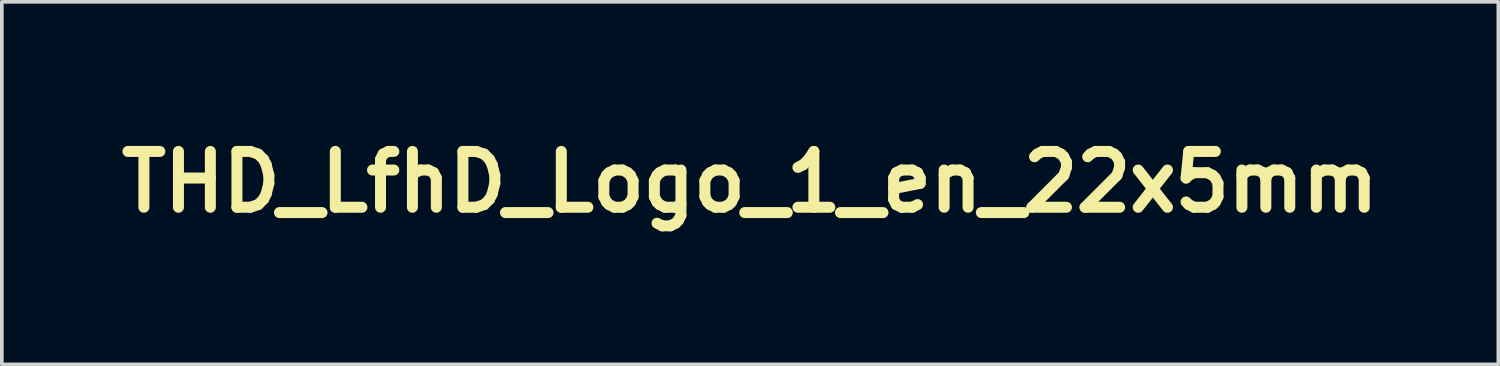
<source format=kicad_pcb>
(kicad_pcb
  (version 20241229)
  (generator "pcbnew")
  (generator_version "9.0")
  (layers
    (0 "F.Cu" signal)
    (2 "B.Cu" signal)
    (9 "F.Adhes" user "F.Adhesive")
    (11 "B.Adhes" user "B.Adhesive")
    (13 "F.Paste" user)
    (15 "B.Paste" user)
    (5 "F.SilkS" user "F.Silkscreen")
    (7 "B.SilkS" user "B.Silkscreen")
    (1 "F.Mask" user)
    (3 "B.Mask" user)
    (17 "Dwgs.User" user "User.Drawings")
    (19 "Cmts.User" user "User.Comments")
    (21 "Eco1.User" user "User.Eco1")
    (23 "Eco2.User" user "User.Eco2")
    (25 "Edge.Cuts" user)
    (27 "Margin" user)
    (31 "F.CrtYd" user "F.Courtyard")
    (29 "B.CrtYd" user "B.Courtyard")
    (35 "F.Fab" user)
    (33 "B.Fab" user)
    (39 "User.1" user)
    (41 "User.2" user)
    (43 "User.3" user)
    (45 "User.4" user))
  (footprint "THD_LfhD_Logo_1_en_22x5mm"
    (layer "F.Cu")
    (at 17.424 1.918)
    (property "Reference" "THD_LfhD_Logo_1_en_22x5mm" (at 0 0 0) (layer "F.SilkS") (effects (font (size 1.524 1.524) (thickness 0.3))))
    (attr through_hole)
    (fp_poly (pts (xy -0.445 1.778) (xy -0.635 1.778) (xy -0.635 0.953) (xy -0.445 0.953) (xy -0.445 1.778)) (stroke (width 0.01) (type solid)) (fill yes) (layer "F.Mask"))
    (fp_poly (pts (xy 3.27 1.937) (xy 2.159 1.937) (xy 2.159 -1.365) (xy 3.27 -1.365) (xy 3.27 1.937)) (stroke (width 0.01) (type solid)) (fill yes) (layer "F.Mask"))
    (fp_poly (pts (xy -2.992 0.958) (xy -2.905 0.968) (xy -2.896 1.373) (xy -2.887 1.778) (xy -3.08 1.778) (xy -3.08 0.948) (xy -2.992 0.958)) (stroke (width 0.01) (type solid)) (fill yes) (layer "F.Mask"))
    (fp_poly (pts (xy 8.628 0.024) (xy 8.636 1.937) (xy 7.556 1.937) (xy 7.564 0.024) (xy 7.572 -1.889) (xy 8.62 -1.889) (xy 8.628 0.024)) (stroke (width 0.01) (type solid)) (fill yes) (layer "F.Mask"))
    (fp_poly (pts (xy -3.588 1.587) (xy -3.175 1.587) (xy -3.175 1.778) (xy -3.78 1.778) (xy -3.771 1.373) (xy -3.762 0.968) (xy -3.675 0.958) (xy -3.588 0.948) (xy -3.588 1.587)) (stroke (width 0.01) (type solid)) (fill yes) (layer "F.Mask"))
    (fp_poly (pts (xy -2.127 0.191) (xy -1.714 0.191) (xy -1.714 0.381) (xy -2.32 0.381) (xy -2.311 -0.024) (xy -2.302 -0.429) (xy -2.215 -0.439) (xy -2.127 -0.449) (xy -2.127 0.191)) (stroke (width 0.01) (type solid)) (fill yes) (layer "F.Mask"))
    (fp_poly (pts (xy -6.572 1.778) (xy -6.65 1.778) (xy -6.714 1.769) (xy -6.74 1.754) (xy -6.744 1.715) (xy -6.748 1.625) (xy -6.75 1.499) (xy -6.75 1.349) (xy -6.747 0.968) (xy -6.66 0.958) (xy -6.572 0.948) (xy -6.572 1.778)) (stroke (width 0.01) (type solid)) (fill yes) (layer "F.Mask"))
    (fp_poly (pts (xy -5.366 1.778) (xy -5.446 1.778) (xy -5.512 1.764) (xy -5.541 1.738) (xy -5.546 1.692) (xy -5.549 1.597) (xy -5.549 1.467) (xy -5.548 1.333) (xy -5.54 0.968) (xy -5.453 0.958) (xy -5.366 0.948) (xy -5.366 1.778)) (stroke (width 0.01) (type solid)) (fill yes) (layer "F.Mask"))
    (fp_poly (pts (xy 7.263 0.024) (xy 7.255 1.953) (xy 7.12 1.962) (xy 6.985 1.972) (xy 6.985 0.192) (xy 6.453 0.183) (xy 5.921 0.175) (xy 5.912 0.024) (xy 5.902 -0.127) (xy 6.985 -0.127) (xy 6.985 -1.905) (xy 7.271 -1.905) (xy 7.263 0.024)) (stroke (width 0.01) (type solid)) (fill yes) (layer "F.Mask"))
    (fp_poly (pts (xy -4.556 1.048) (xy -4.565 1.101) (xy -4.603 1.127) (xy -4.675 1.137) (xy -4.794 1.147) (xy -4.794 1.778) (xy -4.985 1.778) (xy -4.985 1.147) (xy -5.104 1.137) (xy -5.183 1.125) (xy -5.216 1.096) (xy -5.223 1.048) (xy -5.223 0.968) (xy -4.556 0.968) (xy -4.556 1.048)) (stroke (width 0.01) (type solid)) (fill yes) (layer "F.Mask"))
    (fp_poly (pts (xy 5.644 0.261) (xy 5.636 1.889) (xy 5.103 1.898) (xy 4.896 1.9) (xy 4.745 1.899) (xy 4.643 1.893) (xy 4.582 1.884) (xy 4.557 1.869) (xy 4.555 1.866) (xy 4.552 1.827) (xy 4.55 1.731) (xy 4.548 1.584) (xy 4.547 1.392) (xy 4.546 1.161) (xy 4.546 0.898) (xy 4.546 0.609) (xy 4.548 0.299) (xy 4.548 0.238) (xy 4.556 -1.349) (xy 5.104 -1.358) (xy 5.652 -1.367) (xy 5.644 0.261)) (stroke (width 0.01) (type solid)) (fill yes) (layer "F.Mask"))
    (fp_poly (pts (xy 5.652 -1.587) (xy 3.811 -1.587) (xy 3.802 0.167) (xy 3.794 1.921) (xy 3.666 1.93) (xy 3.58 1.931) (xy 3.523 1.922) (xy 3.515 1.917) (xy 3.511 1.882) (xy 3.507 1.789) (xy 3.503 1.645) (xy 3.5 1.454) (xy 3.497 1.223) (xy 3.495 0.958) (xy 3.493 0.665) (xy 3.493 0.349) (xy 3.493 0.153) (xy 3.493 -1.587) (xy 1.651 -1.587) (xy 1.651 -1.905) (xy 5.652 -1.905) (xy 5.652 -1.587)) (stroke (width 0.01) (type solid)) (fill yes) (layer "F.Mask"))
    (fp_poly (pts (xy -0.222 -0.351) (xy -0.229 -0.289) (xy -0.261 -0.26) (xy -0.337 -0.248) (xy -0.341 -0.248) (xy -0.46 -0.238) (xy -0.465 0.064) (xy -0.467 0.203) (xy -0.472 0.292) (xy -0.484 0.342) (xy -0.504 0.365) (xy -0.538 0.373) (xy -0.552 0.375) (xy -0.635 0.385) (xy -0.635 -0.254) (xy -0.762 -0.254) (xy -0.843 -0.258) (xy -0.88 -0.278) (xy -0.889 -0.329) (xy -0.889 -0.349) (xy -0.889 -0.445) (xy -0.222 -0.445) (xy -0.222 -0.351)) (stroke (width 0.01) (type solid)) (fill yes) (layer "F.Mask"))
    (fp_poly (pts (xy -3.778 -1.685) (xy -3.785 -1.623) (xy -3.817 -1.594) (xy -3.893 -1.582) (xy -3.897 -1.581) (xy -4.016 -1.572) (xy -4.025 -1.262) (xy -4.03 -1.12) (xy -4.037 -1.03) (xy -4.048 -0.98) (xy -4.068 -0.958) (xy -4.099 -0.953) (xy -4.113 -0.953) (xy -4.148 -0.955) (xy -4.171 -0.968) (xy -4.184 -1.006) (xy -4.189 -1.078) (xy -4.191 -1.197) (xy -4.191 -1.27) (xy -4.191 -1.587) (xy -4.318 -1.587) (xy -4.399 -1.591) (xy -4.436 -1.612) (xy -4.445 -1.662) (xy -4.445 -1.683) (xy -4.445 -1.778) (xy -3.778 -1.778) (xy -3.778 -1.685)) (stroke (width 0.01) (type solid)) (fill yes) (layer "F.Mask"))
    (fp_poly (pts (xy -0.667 1.046) (xy -0.673 1.108) (xy -0.706 1.137) (xy -0.782 1.149) (xy -0.786 1.149) (xy -0.905 1.159) (xy -0.914 1.468) (xy -0.919 1.61) (xy -0.925 1.701) (xy -0.937 1.751) (xy -0.956 1.773) (xy -0.988 1.778) (xy -1.001 1.778) (xy -1.037 1.776) (xy -1.059 1.762) (xy -1.072 1.725) (xy -1.078 1.652) (xy -1.079 1.533) (xy -1.079 1.46) (xy -1.079 1.143) (xy -1.206 1.143) (xy -1.288 1.139) (xy -1.324 1.119) (xy -1.333 1.068) (xy -1.333 1.048) (xy -1.333 0.953) (xy -0.667 0.953) (xy -0.667 1.046)) (stroke (width 0.01) (type solid)) (fill yes) (layer "F.Mask"))
    (fp_poly (pts (xy -10.802 -0.441) (xy -10.774 -0.42) (xy -10.764 -0.364) (xy -10.763 -0.286) (xy -10.763 -0.127) (xy -10.446 -0.127) (xy -10.446 -0.286) (xy -10.443 -0.38) (xy -10.43 -0.427) (xy -10.398 -0.443) (xy -10.366 -0.445) (xy -10.287 -0.445) (xy -10.287 0.381) (xy -10.366 0.381) (xy -10.413 0.376) (xy -10.437 0.35) (xy -10.445 0.286) (xy -10.446 0.222) (xy -10.446 0.064) (xy -10.763 0.064) (xy -10.763 0.222) (xy -10.765 0.316) (xy -10.778 0.363) (xy -10.811 0.379) (xy -10.858 0.381) (xy -10.954 0.381) (xy -10.954 -0.445) (xy -10.858 -0.445) (xy -10.802 -0.441)) (stroke (width 0.01) (type solid)) (fill yes) (layer "F.Mask"))
    (fp_poly (pts (xy 0.445 -0.254) (xy 0.222 -0.254) (xy 0.105 -0.252) (xy 0.039 -0.245) (xy 0.008 -0.227) (xy 0.000061 -0.196) (xy 0 -0.191) (xy 0.006 -0.156) (xy 0.035 -0.137) (xy 0.1 -0.129) (xy 0.206 -0.127) (xy 0.413 -0.127) (xy 0.413 0.064) (xy 0.206 0.064) (xy 0.095 0.065) (xy 0.032 0.074) (xy 0.006 0.094) (xy 0 0.127) (xy 0.006 0.159) (xy 0.031 0.179) (xy 0.09 0.188) (xy 0.195 0.19) (xy 0.238 0.191) (xy 0.476 0.191) (xy 0.476 0.381) (xy -0.191 0.381) (xy -0.191 -0.445) (xy 0.445 -0.445) (xy 0.445 -0.254)) (stroke (width 0.01) (type solid)) (fill yes) (layer "F.Mask"))
    (fp_poly (pts (xy -8.231 -0.443) (xy -8.096 -0.438) (xy -7.992 -0.424) (xy -7.936 -0.404) (xy -7.837 -0.292) (xy -7.787 -0.147) (xy -7.779 -0.042) (xy -7.793 0.125) (xy -7.839 0.244) (xy -7.924 0.323) (xy -8.055 0.367) (xy -8.238 0.381) (xy -8.253 0.381) (xy -8.477 0.381) (xy -8.477 -0.254) (xy -8.287 -0.254) (xy -8.287 0.191) (xy -8.17 0.191) (xy -8.076 0.176) (xy -8.001 0.142) (xy -7.996 0.138) (xy -7.951 0.061) (xy -7.939 -0.043) (xy -7.959 -0.145) (xy -7.99 -0.196) (xy -8.072 -0.242) (xy -8.165 -0.254) (xy -8.287 -0.254) (xy -8.477 -0.254) (xy -8.477 -0.445) (xy -8.231 -0.443)) (stroke (width 0.01) (type solid)) (fill yes) (layer "F.Mask"))
    (fp_poly (pts (xy -4.35 -0.257) (xy -4.58 -0.247) (xy -4.704 -0.239) (xy -4.776 -0.226) (xy -4.807 -0.205) (xy -4.81 -0.191) (xy -4.795 -0.163) (xy -4.742 -0.146) (xy -4.64 -0.136) (xy -4.596 -0.133) (xy -4.482 -0.127) (xy -4.418 -0.117) (xy -4.389 -0.097) (xy -4.382 -0.058) (xy -4.381 -0.032) (xy -4.384 0.017) (xy -4.401 0.046) (xy -4.446 0.06) (xy -4.534 0.067) (xy -4.596 0.07) (xy -4.716 0.079) (xy -4.783 0.093) (xy -4.809 0.117) (xy -4.81 0.127) (xy -4.796 0.153) (xy -4.745 0.17) (xy -4.648 0.181) (xy -4.58 0.184) (xy -4.35 0.193) (xy -4.35 0.381) (xy -4.985 0.381) (xy -4.985 -0.445) (xy -4.35 -0.445) (xy -4.35 -0.257)) (stroke (width 0.01) (type solid)) (fill yes) (layer "F.Mask"))
    (fp_poly (pts (xy -2.445 -0.257) (xy -2.675 -0.247) (xy -2.799 -0.239) (xy -2.871 -0.226) (xy -2.902 -0.205) (xy -2.905 -0.191) (xy -2.888 -0.162) (xy -2.829 -0.142) (xy -2.718 -0.129) (xy -2.699 -0.127) (xy -2.587 -0.117) (xy -2.525 -0.103) (xy -2.495 -0.078) (xy -2.484 -0.036) (xy -2.482 -0.025) (xy -2.48 0.02) (xy -2.494 0.046) (xy -2.539 0.06) (xy -2.627 0.067) (xy -2.689 0.07) (xy -2.809 0.079) (xy -2.877 0.093) (xy -2.904 0.117) (xy -2.905 0.127) (xy -2.891 0.153) (xy -2.84 0.17) (xy -2.743 0.181) (xy -2.675 0.184) (xy -2.445 0.193) (xy -2.445 0.381) (xy -3.08 0.381) (xy -3.08 -0.445) (xy -2.445 -0.445) (xy -2.445 -0.257)) (stroke (width 0.01) (type solid)) (fill yes) (layer "F.Mask"))
    (fp_poly (pts (xy -0.419 -1.691) (xy -0.428 -1.643) (xy -0.452 -1.616) (xy -0.507 -1.602) (xy -0.608 -1.595) (xy -0.627 -1.594) (xy -0.737 -1.586) (xy -0.797 -1.573) (xy -0.822 -1.549) (xy -0.826 -1.522) (xy -0.817 -1.487) (xy -0.783 -1.468) (xy -0.708 -1.461) (xy -0.651 -1.46) (xy -0.551 -1.459) (xy -0.499 -1.448) (xy -0.479 -1.421) (xy -0.476 -1.367) (xy -0.476 -1.365) (xy -0.479 -1.311) (xy -0.498 -1.282) (xy -0.55 -1.272) (xy -0.648 -1.27) (xy -0.651 -1.27) (xy -0.826 -1.27) (xy -0.826 -1.111) (xy -0.828 -1.017) (xy -0.84 -0.97) (xy -0.874 -0.954) (xy -0.921 -0.953) (xy -1.016 -0.953) (xy -1.016 -1.778) (xy -0.409 -1.778) (xy -0.419 -1.691)) (stroke (width 0.01) (type solid)) (fill yes) (layer "F.Mask"))
    (fp_poly (pts (xy 0.952 -0.442) (xy 1.038 -0.432) (xy 1.097 -0.411) (xy 1.146 -0.374) (xy 1.152 -0.369) (xy 1.238 -0.249) (xy 1.28 -0.102) (xy 1.278 0.053) (xy 1.232 0.198) (xy 1.152 0.305) (xy 1.102 0.344) (xy 1.045 0.367) (xy 0.963 0.378) (xy 0.838 0.381) (xy 0.821 0.381) (xy 0.572 0.381) (xy 0.572 -0.254) (xy 0.762 -0.254) (xy 0.762 0.191) (xy 0.887 0.191) (xy 0.985 0.178) (xy 1.056 0.145) (xy 1.061 0.141) (xy 1.095 0.075) (xy 1.111 -0.02) (xy 1.111 -0.032) (xy 1.092 -0.151) (xy 1.031 -0.223) (xy 0.924 -0.253) (xy 0.887 -0.254) (xy 0.762 -0.254) (xy 0.572 -0.254) (xy 0.572 -0.445) (xy 0.821 -0.445) (xy 0.952 -0.442)) (stroke (width 0.01) (type solid)) (fill yes) (layer "F.Mask"))
    (fp_poly (pts (xy -7.115 0.965) (xy -7.053 0.986) (xy -7.007 1.016) (xy -6.924 1.119) (xy -6.878 1.255) (xy -6.87 1.405) (xy -6.901 1.55) (xy -6.971 1.672) (xy -6.986 1.689) (xy -7.036 1.734) (xy -7.087 1.761) (xy -7.157 1.774) (xy -7.264 1.778) (xy -7.327 1.778) (xy -7.579 1.778) (xy -7.575 1.373) (xy -7.574 1.143) (xy -7.398 1.143) (xy -7.398 1.587) (xy -7.261 1.587) (xy -7.168 1.579) (xy -7.099 1.558) (xy -7.087 1.549) (xy -7.064 1.496) (xy -7.05 1.407) (xy -7.048 1.365) (xy -7.059 1.247) (xy -7.098 1.179) (xy -7.176 1.148) (xy -7.261 1.143) (xy -7.398 1.143) (xy -7.574 1.143) (xy -7.572 0.968) (xy -7.332 0.959) (xy -7.201 0.957) (xy -7.115 0.965)) (stroke (width 0.01) (type solid)) (fill yes) (layer "F.Mask"))
    (fp_poly (pts (xy 0.217 0.976) (xy 0.314 1.034) (xy 0.41 1.154) (xy 0.457 1.303) (xy 0.451 1.465) (xy 0.445 1.49) (xy 0.378 1.632) (xy 0.269 1.728) (xy 0.122 1.774) (xy 0.062 1.778) (xy -0.052 1.769) (xy -0.135 1.735) (xy -0.193 1.69) (xy -0.281 1.571) (xy -0.324 1.428) (xy -0.321 1.334) (xy -0.159 1.334) (xy -0.147 1.445) (xy -0.109 1.517) (xy -0.036 1.572) (xy 0.064 1.588) (xy 0.165 1.564) (xy 0.222 1.524) (xy 0.281 1.428) (xy 0.287 1.326) (xy 0.247 1.234) (xy 0.169 1.167) (xy 0.064 1.143) (xy -0.048 1.169) (xy -0.124 1.238) (xy -0.159 1.334) (xy -0.321 1.334) (xy -0.319 1.276) (xy -0.269 1.136) (xy -0.192 1.04) (xy -0.068 0.969) (xy 0.075 0.947) (xy 0.217 0.976)) (stroke (width 0.01) (type solid)) (fill yes) (layer "F.Mask"))
    (fp_poly (pts (xy 1.238 1.778) (xy 1.151 1.778) (xy 1.104 1.77) (xy 1.062 1.742) (xy 1.013 1.682) (xy 0.949 1.579) (xy 0.921 1.532) (xy 0.778 1.286) (xy 0.769 1.532) (xy 0.763 1.656) (xy 0.754 1.729) (xy 0.738 1.765) (xy 0.709 1.777) (xy 0.681 1.778) (xy 0.621 1.77) (xy 0.601 1.754) (xy 0.601 1.715) (xy 0.6 1.625) (xy 0.6 1.499) (xy 0.6 1.349) (xy 0.6 0.968) (xy 0.685 0.968) (xy 0.736 0.977) (xy 0.783 1.012) (xy 0.838 1.083) (xy 0.896 1.175) (xy 0.975 1.304) (xy 1.027 1.379) (xy 1.058 1.4) (xy 1.074 1.369) (xy 1.079 1.286) (xy 1.079 1.197) (xy 1.08 1.074) (xy 1.086 1.001) (xy 1.101 0.965) (xy 1.129 0.954) (xy 1.159 0.953) (xy 1.238 0.953) (xy 1.238 1.778)) (stroke (width 0.01) (type solid)) (fill yes) (layer "F.Mask"))
    (fp_poly (pts (xy -6.365 -1.752) (xy -6.242 -1.677) (xy -6.162 -1.558) (xy -6.129 -1.397) (xy -6.128 -1.365) (xy -6.153 -1.198) (xy -6.225 -1.071) (xy -6.341 -0.988) (xy -6.496 -0.953) (xy -6.527 -0.953) (xy -6.631 -0.961) (xy -6.707 -0.995) (xy -6.779 -1.058) (xy -6.879 -1.196) (xy -6.918 -1.344) (xy -6.917 -1.354) (xy -6.73 -1.354) (xy -6.709 -1.252) (xy -6.678 -1.201) (xy -6.596 -1.153) (xy -6.493 -1.148) (xy -6.392 -1.187) (xy -6.36 -1.212) (xy -6.299 -1.305) (xy -6.291 -1.405) (xy -6.328 -1.496) (xy -6.405 -1.562) (xy -6.514 -1.587) (xy -6.605 -1.571) (xy -6.673 -1.535) (xy -6.717 -1.458) (xy -6.73 -1.354) (xy -6.917 -1.354) (xy -6.897 -1.493) (xy -6.814 -1.634) (xy -6.78 -1.672) (xy -6.7 -1.741) (xy -6.622 -1.772) (xy -6.527 -1.778) (xy -6.365 -1.752)) (stroke (width 0.01) (type solid)) (fill yes) (layer "F.Mask"))
    (fp_poly (pts (xy 0.272 -1.727) (xy 0.314 -1.696) (xy 0.41 -1.576) (xy 0.457 -1.427) (xy 0.451 -1.265) (xy 0.445 -1.241) (xy 0.378 -1.099) (xy 0.269 -1.002) (xy 0.122 -0.956) (xy 0.062 -0.953) (xy -0.052 -0.961) (xy -0.135 -0.995) (xy -0.192 -1.04) (xy -0.281 -1.159) (xy -0.329 -1.307) (xy -0.329 -1.386) (xy -0.159 -1.386) (xy -0.137 -1.259) (xy -0.071 -1.178) (xy 0.037 -1.144) (xy 0.064 -1.143) (xy 0.164 -1.156) (xy 0.227 -1.201) (xy 0.236 -1.214) (xy 0.28 -1.316) (xy 0.282 -1.422) (xy 0.244 -1.511) (xy 0.215 -1.538) (xy 0.108 -1.583) (xy 0.002 -1.581) (xy -0.088 -1.537) (xy -0.146 -1.458) (xy -0.159 -1.386) (xy -0.329 -1.386) (xy -0.329 -1.46) (xy -0.316 -1.511) (xy -0.245 -1.639) (xy -0.135 -1.729) (xy -0.002 -1.777) (xy 0.138 -1.778) (xy 0.272 -1.727)) (stroke (width 0.01) (type solid)) (fill yes) (layer "F.Mask"))
    (fp_poly (pts (xy -1.987 -1.771) (xy -1.941 -1.74) (xy -1.897 -1.67) (xy -1.88 -1.635) (xy -1.835 -1.553) (xy -1.796 -1.501) (xy -1.781 -1.492) (xy -1.749 -1.518) (xy -1.703 -1.583) (xy -1.677 -1.627) (xy -1.614 -1.72) (xy -1.55 -1.764) (xy -1.516 -1.772) (xy -1.453 -1.769) (xy -1.429 -1.75) (xy -1.445 -1.709) (xy -1.487 -1.63) (xy -1.547 -1.531) (xy -1.555 -1.517) (xy -1.624 -1.402) (xy -1.663 -1.312) (xy -1.679 -1.223) (xy -1.682 -1.135) (xy -1.684 -1.032) (xy -1.694 -0.978) (xy -1.719 -0.956) (xy -1.769 -0.953) (xy -1.778 -0.953) (xy -1.832 -0.955) (xy -1.86 -0.974) (xy -1.871 -1.023) (xy -1.873 -1.118) (xy -1.873 -1.135) (xy -1.877 -1.234) (xy -1.894 -1.315) (xy -1.932 -1.398) (xy -1.998 -1.506) (xy -2.016 -1.535) (xy -2.082 -1.637) (xy -2.132 -1.716) (xy -2.157 -1.761) (xy -2.159 -1.765) (xy -2.131 -1.774) (xy -2.063 -1.778) (xy -2.054 -1.778) (xy -1.987 -1.771)) (stroke (width 0.01) (type solid)) (fill yes) (layer "F.Mask"))
    (fp_poly (pts (xy -3.285 -1.77) (xy -3.206 -1.739) (xy -3.121 -1.671) (xy -3.119 -1.669) (xy -3.053 -1.605) (xy -3.018 -1.549) (xy -3.004 -1.478) (xy -3.002 -1.369) (xy -3.002 -1.364) (xy -3.005 -1.252) (xy -3.02 -1.18) (xy -3.056 -1.124) (xy -3.12 -1.06) (xy -3.205 -0.992) (xy -3.284 -0.96) (xy -3.391 -0.953) (xy -3.393 -0.953) (xy -3.504 -0.961) (xy -3.583 -0.993) (xy -3.646 -1.043) (xy -3.729 -1.144) (xy -3.77 -1.26) (xy -3.772 -1.365) (xy -3.619 -1.365) (xy -3.593 -1.258) (xy -3.523 -1.183) (xy -3.426 -1.147) (xy -3.317 -1.157) (xy -3.246 -1.192) (xy -3.191 -1.258) (xy -3.175 -1.357) (xy -3.198 -1.479) (xy -3.265 -1.557) (xy -3.373 -1.587) (xy -3.386 -1.587) (xy -3.501 -1.561) (xy -3.583 -1.488) (xy -3.619 -1.383) (xy -3.619 -1.365) (xy -3.772 -1.365) (xy -3.774 -1.41) (xy -3.769 -1.454) (xy -3.726 -1.601) (xy -3.636 -1.706) (xy -3.504 -1.766) (xy -3.39 -1.778) (xy -3.285 -1.77)) (stroke (width 0.01) (type solid)) (fill yes) (layer "F.Mask"))
    (fp_poly (pts (xy -8.888 -0.44) (xy -8.78 -0.425) (xy -8.709 -0.393) (xy -8.662 -0.34) (xy -8.637 -0.289) (xy -8.62 -0.188) (xy -8.645 -0.094) (xy -8.702 -0.026) (xy -8.753 -0.006) (xy -8.788 0.003) (xy -8.795 0.023) (xy -8.772 0.067) (xy -8.714 0.147) (xy -8.698 0.169) (xy -8.634 0.257) (xy -8.588 0.325) (xy -8.573 0.357) (xy -8.6 0.374) (xy -8.667 0.381) (xy -8.667 0.381) (xy -8.755 0.36) (xy -8.816 0.294) (xy -8.908 0.164) (xy -8.992 0.086) (xy -9.054 0.064) (xy -9.089 0.074) (xy -9.107 0.115) (xy -9.112 0.201) (xy -9.112 0.222) (xy -9.114 0.316) (xy -9.127 0.363) (xy -9.16 0.379) (xy -9.207 0.381) (xy -9.303 0.381) (xy -9.303 -0.176) (xy -9.137 -0.176) (xy -9.129 -0.16) (xy -9.085 -0.137) (xy -9.009 -0.129) (xy -8.922 -0.136) (xy -8.849 -0.155) (xy -8.812 -0.184) (xy -8.811 -0.191) (xy -8.834 -0.225) (xy -8.911 -0.244) (xy -8.95 -0.248) (xy -9.061 -0.245) (xy -9.125 -0.22) (xy -9.137 -0.176) (xy -9.303 -0.176) (xy -9.303 -0.445) (xy -9.047 -0.445) (xy -8.888 -0.44)) (stroke (width 0.01) (type solid)) (fill yes) (layer "F.Mask"))
    (fp_poly (pts (xy -5.932 0.959) (xy -5.858 0.988) (xy -5.786 1.05) (xy -5.782 1.054) (xy -5.722 1.118) (xy -5.702 1.157) (xy -5.718 1.19) (xy -5.745 1.219) (xy -5.792 1.26) (xy -5.826 1.261) (xy -5.876 1.219) (xy -5.883 1.213) (xy -5.982 1.155) (xy -6.088 1.146) (xy -6.185 1.18) (xy -6.256 1.252) (xy -6.286 1.355) (xy -6.287 1.364) (xy -6.259 1.472) (xy -6.181 1.548) (xy -6.061 1.585) (xy -6.013 1.587) (xy -5.92 1.58) (xy -5.868 1.562) (xy -5.862 1.541) (xy -5.909 1.523) (xy -5.945 1.518) (xy -6.017 1.503) (xy -6.045 1.466) (xy -6.048 1.429) (xy -6.044 1.384) (xy -6.019 1.359) (xy -5.96 1.346) (xy -5.864 1.34) (xy -5.68 1.33) (xy -5.689 1.482) (xy -5.702 1.581) (xy -5.733 1.644) (xy -5.796 1.698) (xy -5.807 1.706) (xy -5.938 1.763) (xy -6.081 1.778) (xy -6.215 1.75) (xy -6.29 1.705) (xy -6.389 1.597) (xy -6.437 1.472) (xy -6.445 1.366) (xy -6.421 1.198) (xy -6.349 1.071) (xy -6.232 0.989) (xy -6.074 0.954) (xy -6.037 0.953) (xy -5.932 0.959)) (stroke (width 0.01) (type solid)) (fill yes) (layer "F.Mask"))
    (fp_poly (pts (xy -6.312 -0.438) (xy -6.308 -0.438) (xy -6.269 -0.43) (xy -6.236 -0.41) (xy -6.204 -0.368) (xy -6.167 -0.294) (xy -6.117 -0.178) (xy -6.061 -0.036) (xy -6.003 0.11) (xy -5.956 0.233) (xy -5.922 0.322) (xy -5.906 0.366) (xy -5.905 0.369) (xy -5.933 0.377) (xy -5.998 0.381) (xy -6.07 0.367) (xy -6.112 0.315) (xy -6.123 0.286) (xy -6.148 0.229) (xy -6.185 0.201) (xy -6.255 0.191) (xy -6.314 0.191) (xy -6.409 0.193) (xy -6.459 0.208) (xy -6.483 0.246) (xy -6.493 0.286) (xy -6.519 0.354) (xy -6.569 0.379) (xy -6.61 0.381) (xy -6.68 0.37) (xy -6.692 0.341) (xy -6.605 0.104) (xy -6.557 -0.024) (xy -6.37 -0.024) (xy -6.344 -0.002) (xy -6.319 0) (xy -6.265 -0.022) (xy -6.255 -0.056) (xy -6.267 -0.115) (xy -6.292 -0.168) (xy -6.319 -0.193) (xy -6.328 -0.19) (xy -6.344 -0.151) (xy -6.362 -0.087) (xy -6.37 -0.024) (xy -6.557 -0.024) (xy -6.537 -0.08) (xy -6.484 -0.217) (xy -6.444 -0.315) (xy -6.412 -0.38) (xy -6.387 -0.418) (xy -6.364 -0.436) (xy -6.34 -0.441) (xy -6.312 -0.438)) (stroke (width 0.01) (type solid)) (fill yes) (layer "F.Mask"))
    (fp_poly (pts (xy -4.28 0.959) (xy -4.276 0.959) (xy -4.237 0.967) (xy -4.204 0.987) (xy -4.172 1.029) (xy -4.135 1.103) (xy -4.085 1.219) (xy -4.029 1.361) (xy -3.971 1.507) (xy -3.924 1.63) (xy -3.89 1.719) (xy -3.874 1.763) (xy -3.873 1.766) (xy -3.901 1.774) (xy -3.966 1.778) (xy -4.038 1.764) (xy -4.08 1.712) (xy -4.091 1.683) (xy -4.116 1.626) (xy -4.153 1.598) (xy -4.223 1.588) (xy -4.282 1.587) (xy -4.377 1.59) (xy -4.427 1.605) (xy -4.451 1.643) (xy -4.461 1.683) (xy -4.487 1.751) (xy -4.537 1.776) (xy -4.578 1.778) (xy -4.648 1.767) (xy -4.66 1.738) (xy -4.573 1.501) (xy -4.525 1.373) (xy -4.338 1.373) (xy -4.312 1.395) (xy -4.287 1.397) (xy -4.233 1.375) (xy -4.223 1.341) (xy -4.235 1.282) (xy -4.26 1.229) (xy -4.287 1.204) (xy -4.296 1.207) (xy -4.312 1.246) (xy -4.33 1.31) (xy -4.338 1.373) (xy -4.525 1.373) (xy -4.505 1.317) (xy -4.452 1.18) (xy -4.412 1.082) (xy -4.38 1.017) (xy -4.355 0.979) (xy -4.332 0.961) (xy -4.308 0.956) (xy -4.28 0.959)) (stroke (width 0.01) (type solid)) (fill yes) (layer "F.Mask"))
    (fp_poly (pts (xy -1.307 -0.44) (xy -1.29 -0.438) (xy -1.251 -0.431) (xy -1.219 -0.411) (xy -1.187 -0.369) (xy -1.15 -0.295) (xy -1.102 -0.18) (xy -1.044 -0.032) (xy -0.987 0.115) (xy -0.94 0.238) (xy -0.906 0.327) (xy -0.89 0.371) (xy -0.889 0.373) (xy -0.917 0.379) (xy -0.981 0.381) (xy -1.053 0.367) (xy -1.095 0.315) (xy -1.106 0.286) (xy -1.132 0.228) (xy -1.17 0.2) (xy -1.241 0.191) (xy -1.293 0.191) (xy -1.388 0.194) (xy -1.439 0.212) (xy -1.47 0.255) (xy -1.483 0.286) (xy -1.524 0.357) (xy -1.587 0.38) (xy -1.604 0.381) (xy -1.666 0.369) (xy -1.675 0.341) (xy -1.587 0.104) (xy -1.539 -0.024) (xy -1.353 -0.024) (xy -1.328 -0.002) (xy -1.302 0) (xy -1.249 -0.022) (xy -1.239 -0.056) (xy -1.25 -0.115) (xy -1.276 -0.168) (xy -1.303 -0.193) (xy -1.311 -0.19) (xy -1.328 -0.151) (xy -1.346 -0.087) (xy -1.353 -0.024) (xy -1.539 -0.024) (xy -1.518 -0.08) (xy -1.465 -0.218) (xy -1.425 -0.317) (xy -1.395 -0.382) (xy -1.371 -0.42) (xy -1.351 -0.438) (xy -1.331 -0.443) (xy -1.307 -0.44)) (stroke (width 0.01) (type solid)) (fill yes) (layer "F.Mask"))
    (fp_poly (pts (xy -9.801 -0.438) (xy -9.762 -0.431) (xy -9.729 -0.411) (xy -9.697 -0.369) (xy -9.66 -0.295) (xy -9.611 -0.18) (xy -9.553 -0.036) (xy -9.496 0.11) (xy -9.448 0.233) (xy -9.414 0.322) (xy -9.399 0.366) (xy -9.398 0.369) (xy -9.426 0.377) (xy -9.49 0.381) (xy -9.562 0.367) (xy -9.604 0.315) (xy -9.615 0.286) (xy -9.641 0.228) (xy -9.679 0.2) (xy -9.75 0.191) (xy -9.802 0.191) (xy -9.897 0.194) (xy -9.948 0.212) (xy -9.979 0.255) (xy -9.992 0.286) (xy -10.033 0.356) (xy -10.095 0.38) (xy -10.113 0.381) (xy -10.174 0.372) (xy -10.186 0.338) (xy -10.182 0.325) (xy -10.165 0.275) (xy -10.13 0.179) (xy -10.082 0.052) (xy -10.054 -0.024) (xy -9.862 -0.024) (xy -9.837 -0.002) (xy -9.811 0) (xy -9.758 -0.022) (xy -9.748 -0.056) (xy -9.759 -0.115) (xy -9.785 -0.168) (xy -9.812 -0.193) (xy -9.82 -0.19) (xy -9.837 -0.151) (xy -9.855 -0.087) (xy -9.862 -0.024) (xy -10.054 -0.024) (xy -10.029 -0.089) (xy -9.971 -0.24) (xy -9.929 -0.34) (xy -9.897 -0.401) (xy -9.868 -0.431) (xy -9.836 -0.44) (xy -9.801 -0.438)) (stroke (width 0.01) (type solid)) (fill yes) (layer "F.Mask"))
    (fp_poly (pts (xy -7.278 -1.771) (xy -7.159 -1.747) (xy -7.086 -1.702) (xy -7.053 -1.633) (xy -7.048 -1.585) (xy -7.061 -1.495) (xy -7.086 -1.432) (xy -7.105 -1.375) (xy -7.074 -1.322) (xy -7.07 -1.319) (xy -7.024 -1.232) (xy -7.024 -1.129) (xy -7.069 -1.036) (xy -7.086 -1.017) (xy -7.13 -0.985) (xy -7.187 -0.966) (xy -7.274 -0.956) (xy -7.405 -0.953) (xy -7.435 -0.953) (xy -7.715 -0.953) (xy -7.715 -1.195) (xy -7.55 -1.195) (xy -7.541 -1.176) (xy -7.498 -1.153) (xy -7.42 -1.145) (xy -7.329 -1.15) (xy -7.248 -1.167) (xy -7.198 -1.192) (xy -7.191 -1.206) (xy -7.212 -1.239) (xy -7.281 -1.258) (xy -7.347 -1.264) (xy -7.466 -1.262) (xy -7.535 -1.238) (xy -7.55 -1.195) (xy -7.715 -1.195) (xy -7.715 -1.51) (xy -7.549 -1.51) (xy -7.541 -1.493) (xy -7.497 -1.47) (xy -7.421 -1.463) (xy -7.335 -1.47) (xy -7.262 -1.489) (xy -7.224 -1.518) (xy -7.223 -1.524) (xy -7.247 -1.558) (xy -7.323 -1.578) (xy -7.362 -1.582) (xy -7.473 -1.579) (xy -7.538 -1.554) (xy -7.549 -1.51) (xy -7.715 -1.51) (xy -7.715 -1.778) (xy -7.452 -1.778) (xy -7.278 -1.771)) (stroke (width 0.01) (type solid)) (fill yes) (layer "F.Mask"))
    (fp_poly (pts (xy -5.426 -0.441) (xy -5.317 -0.431) (xy -5.248 -0.417) (xy -5.24 -0.413) (xy -5.175 -0.35) (xy -5.141 -0.259) (xy -5.137 -0.16) (xy -5.163 -0.073) (xy -5.22 -0.016) (xy -5.239 -0.009) (xy -5.29 0.009) (xy -5.302 0.02) (xy -5.285 0.05) (xy -5.241 0.116) (xy -5.191 0.186) (xy -5.132 0.272) (xy -5.092 0.336) (xy -5.08 0.361) (xy -5.108 0.375) (xy -5.172 0.381) (xy -5.234 0.37) (xy -5.292 0.33) (xy -5.36 0.248) (xy -5.379 0.222) (xy -5.461 0.122) (xy -5.531 0.07) (xy -5.556 0.064) (xy -5.594 0.072) (xy -5.613 0.107) (xy -5.619 0.185) (xy -5.62 0.222) (xy -5.622 0.316) (xy -5.635 0.363) (xy -5.668 0.379) (xy -5.715 0.381) (xy -5.81 0.381) (xy -5.81 -0.176) (xy -5.644 -0.176) (xy -5.636 -0.16) (xy -5.592 -0.137) (xy -5.516 -0.129) (xy -5.43 -0.136) (xy -5.357 -0.155) (xy -5.319 -0.184) (xy -5.318 -0.191) (xy -5.342 -0.225) (xy -5.418 -0.244) (xy -5.457 -0.248) (xy -5.568 -0.245) (xy -5.633 -0.22) (xy -5.644 -0.176) (xy -5.81 -0.176) (xy -5.81 -0.445) (xy -5.554 -0.445) (xy -5.426 -0.441)) (stroke (width 0.01) (type solid)) (fill yes) (layer "F.Mask"))
    (fp_poly (pts (xy -3.521 -0.441) (xy -3.412 -0.431) (xy -3.343 -0.417) (xy -3.335 -0.413) (xy -3.27 -0.35) (xy -3.236 -0.259) (xy -3.232 -0.16) (xy -3.258 -0.073) (xy -3.315 -0.016) (xy -3.334 -0.009) (xy -3.385 0.009) (xy -3.397 0.02) (xy -3.38 0.05) (xy -3.336 0.116) (xy -3.286 0.186) (xy -3.227 0.272) (xy -3.187 0.336) (xy -3.175 0.361) (xy -3.203 0.375) (xy -3.267 0.381) (xy -3.329 0.37) (xy -3.387 0.33) (xy -3.455 0.248) (xy -3.474 0.222) (xy -3.556 0.122) (xy -3.626 0.07) (xy -3.651 0.064) (xy -3.689 0.072) (xy -3.708 0.107) (xy -3.714 0.185) (xy -3.715 0.222) (xy -3.717 0.316) (xy -3.73 0.363) (xy -3.763 0.379) (xy -3.81 0.381) (xy -3.905 0.381) (xy -3.905 -0.176) (xy -3.739 -0.176) (xy -3.731 -0.16) (xy -3.687 -0.137) (xy -3.611 -0.129) (xy -3.525 -0.136) (xy -3.452 -0.155) (xy -3.414 -0.184) (xy -3.413 -0.191) (xy -3.437 -0.225) (xy -3.513 -0.244) (xy -3.552 -0.248) (xy -3.663 -0.245) (xy -3.728 -0.22) (xy -3.739 -0.176) (xy -3.905 -0.176) (xy -3.905 -0.445) (xy -3.649 -0.445) (xy -3.521 -0.441)) (stroke (width 0.01) (type solid)) (fill yes) (layer "F.Mask"))
    (fp_poly (pts (xy 1.009 -1.774) (xy 1.114 -1.758) (xy 1.183 -1.724) (xy 1.226 -1.667) (xy 1.251 -1.6) (xy 1.255 -1.51) (xy 1.225 -1.42) (xy 1.171 -1.356) (xy 1.143 -1.343) (xy 1.092 -1.323) (xy 1.079 -1.312) (xy 1.097 -1.281) (xy 1.143 -1.216) (xy 1.191 -1.152) (xy 1.262 -1.054) (xy 1.294 -0.994) (xy 1.286 -0.963) (xy 1.239 -0.953) (xy 1.214 -0.953) (xy 1.151 -0.966) (xy 1.088 -1.015) (xy 1.016 -1.103) (xy 0.939 -1.192) (xy 0.868 -1.25) (xy 0.833 -1.264) (xy 0.791 -1.265) (xy 0.77 -1.24) (xy 0.763 -1.177) (xy 0.762 -1.113) (xy 0.76 -1.019) (xy 0.748 -0.971) (xy 0.715 -0.954) (xy 0.667 -0.953) (xy 0.572 -0.953) (xy 0.572 -1.524) (xy 0.762 -1.524) (xy 0.77 -1.486) (xy 0.806 -1.467) (xy 0.884 -1.461) (xy 0.921 -1.46) (xy 1.016 -1.464) (xy 1.063 -1.478) (xy 1.079 -1.509) (xy 1.079 -1.524) (xy 1.071 -1.562) (xy 1.036 -1.581) (xy 0.957 -1.587) (xy 0.921 -1.587) (xy 0.826 -1.584) (xy 0.778 -1.57) (xy 0.763 -1.539) (xy 0.762 -1.524) (xy 0.572 -1.524) (xy 0.572 -1.778) (xy 0.852 -1.778) (xy 1.009 -1.774)) (stroke (width 0.01) (type solid)) (fill yes) (layer "F.Mask"))
    (fp_poly (pts (xy 9.025 -1.894) (xy 9.221 -1.861) (xy 9.385 -1.819) (xy 9.547 -1.758) (xy 9.711 -1.682) (xy 9.973 -1.523) (xy 10.212 -1.319) (xy 10.421 -1.084) (xy 10.588 -0.826) (xy 10.706 -0.558) (xy 10.739 -0.438) (xy 10.768 -0.268) (xy 10.784 -0.072) (xy 10.787 0.125) (xy 10.775 0.299) (xy 10.761 0.381) (xy 10.677 0.649) (xy 10.552 0.914) (xy 10.395 1.162) (xy 10.216 1.376) (xy 10.049 1.524) (xy 9.935 1.601) (xy 9.804 1.678) (xy 9.671 1.749) (xy 9.552 1.804) (xy 9.462 1.836) (xy 9.43 1.841) (xy 9.367 1.857) (xy 9.349 1.869) (xy 9.304 1.886) (xy 9.215 1.904) (xy 9.104 1.918) (xy 8.89 1.939) (xy 8.89 1.656) (xy 9.073 1.617) (xy 9.33 1.553) (xy 9.541 1.476) (xy 9.724 1.375) (xy 9.895 1.242) (xy 10.017 1.125) (xy 10.2 0.912) (xy 10.331 0.691) (xy 10.416 0.448) (xy 10.462 0.169) (xy 10.469 0.064) (xy 10.453 -0.238) (xy 10.379 -0.528) (xy 10.251 -0.798) (xy 10.072 -1.041) (xy 9.849 -1.249) (xy 9.604 -1.405) (xy 9.487 -1.457) (xy 9.345 -1.507) (xy 9.199 -1.55) (xy 9.072 -1.579) (xy 8.996 -1.588) (xy 8.89 -1.587) (xy 8.89 -1.913) (xy 9.025 -1.894)) (stroke (width 0.01) (type solid)) (fill yes) (layer "F.Mask"))
    (fp_poly (pts (xy -9.049 -1.143) (xy -8.842 -1.143) (xy -8.732 -1.142) (xy -8.67 -1.134) (xy -8.643 -1.114) (xy -8.636 -1.076) (xy -8.636 -1.057) (xy -8.631 -1.006) (xy -8.617 -0.999) (xy -8.589 -1.039) (xy -8.548 -1.13) (xy -8.49 -1.276) (xy -8.46 -1.358) (xy -8.275 -1.358) (xy -8.249 -1.335) (xy -8.224 -1.333) (xy -8.17 -1.356) (xy -8.16 -1.389) (xy -8.172 -1.448) (xy -8.197 -1.502) (xy -8.224 -1.527) (xy -8.233 -1.523) (xy -8.249 -1.484) (xy -8.267 -1.421) (xy -8.275 -1.358) (xy -8.46 -1.358) (xy -8.441 -1.406) (xy -8.383 -1.561) (xy -8.341 -1.666) (xy -8.309 -1.73) (xy -8.281 -1.762) (xy -8.25 -1.773) (xy -8.212 -1.771) (xy -8.173 -1.764) (xy -8.141 -1.743) (xy -8.109 -1.7) (xy -8.071 -1.625) (xy -8.021 -1.509) (xy -7.966 -1.37) (xy -7.908 -1.224) (xy -7.861 -1.101) (xy -7.827 -1.011) (xy -7.811 -0.967) (xy -7.811 -0.965) (xy -7.838 -0.956) (xy -7.903 -0.953) (xy -7.975 -0.966) (xy -8.017 -1.019) (xy -8.028 -1.048) (xy -8.053 -1.105) (xy -8.09 -1.133) (xy -8.16 -1.142) (xy -8.219 -1.143) (xy -8.314 -1.14) (xy -8.364 -1.125) (xy -8.388 -1.088) (xy -8.398 -1.048) (xy -8.419 -0.953) (xy -9.241 -0.953) (xy -9.232 -1.357) (xy -9.223 -1.762) (xy -9.136 -1.772) (xy -9.049 -1.782) (xy -9.049 -1.143)) (stroke (width 0.01) (type solid)) (fill yes) (layer "F.Mask"))
    (fp_poly (pts (xy -2.455 -1.777) (xy -2.371 -1.77) (xy -2.318 -1.753) (xy -2.28 -1.722) (xy -2.257 -1.694) (xy -2.207 -1.598) (xy -2.197 -1.497) (xy -2.221 -1.408) (xy -2.276 -1.349) (xy -2.336 -1.333) (xy -2.371 -1.328) (xy -2.374 -1.304) (xy -2.343 -1.253) (xy -2.274 -1.165) (xy -2.27 -1.161) (xy -2.195 -1.061) (xy -2.165 -0.998) (xy -2.181 -0.964) (xy -2.242 -0.953) (xy -2.253 -0.953) (xy -2.341 -0.974) (xy -2.384 -1.024) (xy -2.445 -1.117) (xy -2.522 -1.2) (xy -2.596 -1.256) (xy -2.641 -1.27) (xy -2.676 -1.26) (xy -2.693 -1.218) (xy -2.699 -1.131) (xy -2.699 -1.111) (xy -2.702 -1.017) (xy -2.715 -0.97) (xy -2.746 -0.954) (xy -2.773 -0.953) (xy -2.84 -0.961) (xy -2.868 -0.974) (xy -2.877 -1.013) (xy -2.884 -1.1) (xy -2.887 -1.219) (xy -2.889 -1.353) (xy -2.887 -1.488) (xy -2.887 -1.514) (xy -2.693 -1.514) (xy -2.692 -1.481) (xy -2.663 -1.466) (xy -2.592 -1.464) (xy -2.535 -1.467) (xy -2.429 -1.478) (xy -2.376 -1.499) (xy -2.365 -1.524) (xy -2.382 -1.554) (xy -2.441 -1.569) (xy -2.524 -1.572) (xy -2.622 -1.567) (xy -2.674 -1.55) (xy -2.693 -1.514) (xy -2.887 -1.514) (xy -2.883 -1.606) (xy -2.877 -1.693) (xy -2.87 -1.728) (xy -2.848 -1.753) (xy -2.796 -1.769) (xy -2.704 -1.776) (xy -2.587 -1.778) (xy -2.455 -1.777)) (stroke (width 0.01) (type solid)) (fill yes) (layer "F.Mask"))
    (fp_poly (pts (xy -7.179 -0.438) (xy -7.119 -0.43) (xy -7.081 -0.409) (xy -7.055 -0.36) (xy -7.028 -0.269) (xy -7.016 -0.222) (xy -6.987 -0.109) (xy -6.962 -0.017) (xy -6.948 0.031) (xy -6.934 0.025) (xy -6.911 -0.032) (xy -6.882 -0.129) (xy -6.87 -0.175) (xy -6.837 -0.301) (xy -6.811 -0.377) (xy -6.783 -0.417) (xy -6.747 -0.435) (xy -6.722 -0.439) (xy -6.659 -0.439) (xy -6.636 -0.427) (xy -6.643 -0.39) (xy -6.664 -0.304) (xy -6.694 -0.181) (xy -6.732 -0.033) (xy -6.737 -0.011) (xy -6.839 0.384) (xy -6.933 0.375) (xy -6.979 0.366) (xy -7.012 0.344) (xy -7.039 0.295) (xy -7.069 0.207) (xy -7.099 0.1) (xy -7.132 -0.02) (xy -7.161 -0.115) (xy -7.179 -0.169) (xy -7.182 -0.176) (xy -7.194 -0.153) (xy -7.218 -0.081) (xy -7.249 0.027) (xy -7.268 0.097) (xy -7.303 0.23) (xy -7.33 0.313) (xy -7.355 0.358) (xy -7.386 0.377) (xy -7.43 0.381) (xy -7.443 0.381) (xy -7.544 0.381) (xy -7.63 -0.008) (xy -7.663 -0.158) (xy -7.69 -0.285) (xy -7.708 -0.378) (xy -7.716 -0.422) (xy -7.716 -0.423) (xy -7.688 -0.438) (xy -7.628 -0.439) (xy -7.583 -0.429) (xy -7.553 -0.405) (xy -7.531 -0.352) (xy -7.508 -0.257) (xy -7.494 -0.183) (xy -7.47 -0.067) (xy -7.448 0.019) (xy -7.432 0.061) (xy -7.43 0.064) (xy -7.415 0.035) (xy -7.391 -0.041) (xy -7.362 -0.15) (xy -7.352 -0.192) (xy -7.291 -0.448) (xy -7.179 -0.438)) (stroke (width 0.01) (type solid)) (fill yes) (layer "F.Mask"))
    (fp_poly (pts (xy -1.736 0.959) (xy -1.697 0.966) (xy -1.665 0.986) (xy -1.633 1.028) (xy -1.595 1.102) (xy -1.546 1.216) (xy -1.489 1.361) (xy -1.431 1.507) (xy -1.384 1.63) (xy -1.35 1.719) (xy -1.334 1.763) (xy -1.333 1.766) (xy -1.361 1.774) (xy -1.426 1.778) (xy -1.498 1.764) (xy -1.54 1.712) (xy -1.551 1.683) (xy -1.577 1.625) (xy -1.615 1.597) (xy -1.686 1.588) (xy -1.738 1.587) (xy -1.832 1.591) (xy -1.884 1.609) (xy -1.914 1.652) (xy -1.927 1.683) (xy -1.963 1.778) (xy -2.389 1.778) (xy -2.547 1.777) (xy -2.682 1.773) (xy -2.78 1.768) (xy -2.831 1.761) (xy -2.834 1.759) (xy -2.843 1.728) (xy -2.825 1.674) (xy -2.774 1.589) (xy -2.687 1.467) (xy -2.645 1.41) (xy -2.57 1.308) (xy -2.512 1.225) (xy -2.48 1.174) (xy -2.477 1.166) (xy -2.505 1.153) (xy -2.577 1.141) (xy -2.627 1.137) (xy -2.719 1.128) (xy -2.763 1.109) (xy -2.777 1.071) (xy -2.778 1.048) (xy -2.776 1.011) (xy -2.761 0.988) (xy -2.723 0.974) (xy -2.648 0.966) (xy -2.526 0.961) (xy -2.469 0.959) (xy -2.317 0.957) (xy -2.217 0.966) (xy -2.168 0.993) (xy -2.167 1.045) (xy -2.211 1.129) (xy -2.298 1.253) (xy -2.348 1.32) (xy -2.536 1.572) (xy -2.34 1.587) (xy -2.232 1.599) (xy -2.174 1.613) (xy -2.152 1.637) (xy -2.152 1.667) (xy -2.152 1.711) (xy -2.133 1.7) (xy -2.099 1.641) (xy -2.052 1.539) (xy -1.995 1.4) (xy -1.985 1.373) (xy -1.798 1.373) (xy -1.772 1.395) (xy -1.747 1.397) (xy -1.693 1.375) (xy -1.683 1.341) (xy -1.695 1.282) (xy -1.72 1.229) (xy -1.747 1.204) (xy -1.756 1.207) (xy -1.772 1.246) (xy -1.79 1.31) (xy -1.798 1.373) (xy -1.985 1.373) (xy -1.952 1.286) (xy -1.898 1.141) (xy -1.859 1.045) (xy -1.828 0.989) (xy -1.799 0.963) (xy -1.765 0.957) (xy -1.736 0.959)) (stroke (width 0.01) (type solid)) (fill yes) (layer "F.Mask"))
    (fp_poly (pts (xy -5.569 -1.772) (xy -5.456 -1.753) (xy -5.408 -1.731) (xy -5.349 -1.659) (xy -5.323 -1.564) (xy -5.329 -1.466) (xy -5.366 -1.385) (xy -5.43 -1.343) (xy -5.481 -1.324) (xy -5.493 -1.314) (xy -5.475 -1.275) (xy -5.43 -1.21) (xy -5.372 -1.135) (xy -5.312 -1.066) (xy -5.263 -1.018) (xy -5.24 -1.006) (xy -5.221 -1.044) (xy -5.185 -1.13) (xy -5.137 -1.25) (xy -5.096 -1.358) (xy -4.909 -1.358) (xy -4.884 -1.335) (xy -4.858 -1.333) (xy -4.805 -1.356) (xy -4.795 -1.389) (xy -4.806 -1.448) (xy -4.832 -1.502) (xy -4.859 -1.527) (xy -4.867 -1.523) (xy -4.884 -1.484) (xy -4.902 -1.421) (xy -4.909 -1.358) (xy -5.096 -1.358) (xy -5.082 -1.393) (xy -5.078 -1.406) (xy -5.019 -1.561) (xy -4.977 -1.666) (xy -4.944 -1.73) (xy -4.916 -1.762) (xy -4.885 -1.773) (xy -4.847 -1.772) (xy -4.847 -1.772) (xy -4.808 -1.764) (xy -4.776 -1.743) (xy -4.743 -1.701) (xy -4.706 -1.626) (xy -4.656 -1.51) (xy -4.6 -1.37) (xy -4.543 -1.224) (xy -4.495 -1.101) (xy -4.461 -1.011) (xy -4.446 -0.967) (xy -4.445 -0.965) (xy -4.473 -0.956) (xy -4.537 -0.953) (xy -4.609 -0.966) (xy -4.651 -1.019) (xy -4.662 -1.048) (xy -4.688 -1.105) (xy -4.726 -1.133) (xy -4.797 -1.142) (xy -4.849 -1.143) (xy -4.944 -1.139) (xy -4.995 -1.121) (xy -5.026 -1.079) (xy -5.039 -1.048) (xy -5.061 -0.997) (xy -5.092 -0.968) (xy -5.147 -0.956) (xy -5.245 -0.953) (xy -5.281 -0.953) (xy -5.396 -0.955) (xy -5.462 -0.966) (xy -5.495 -0.988) (xy -5.509 -1.016) (xy -5.551 -1.1) (xy -5.617 -1.182) (xy -5.689 -1.245) (xy -5.75 -1.27) (xy -5.786 -1.261) (xy -5.804 -1.223) (xy -5.81 -1.141) (xy -5.81 -1.111) (xy -5.812 -1.017) (xy -5.825 -0.97) (xy -5.858 -0.954) (xy -5.905 -0.953) (xy -6.001 -0.953) (xy -6.001 -1.51) (xy -5.835 -1.51) (xy -5.827 -1.493) (xy -5.783 -1.47) (xy -5.707 -1.463) (xy -5.62 -1.47) (xy -5.547 -1.489) (xy -5.51 -1.518) (xy -5.509 -1.524) (xy -5.532 -1.558) (xy -5.609 -1.578) (xy -5.648 -1.582) (xy -5.759 -1.579) (xy -5.823 -1.554) (xy -5.835 -1.51) (xy -6.001 -1.51) (xy -6.001 -1.778) (xy -5.738 -1.778) (xy -5.569 -1.772)) (stroke (width 0.01) (type solid)) (fill yes) (layer "F.Mask")))
  (gr_rect
    (start -3 -3)
    (end 37.849 6.895)
    (stroke (width 0.1) (type default))
    (fill no)
    (layer "Edge.Cuts")))
</source>
